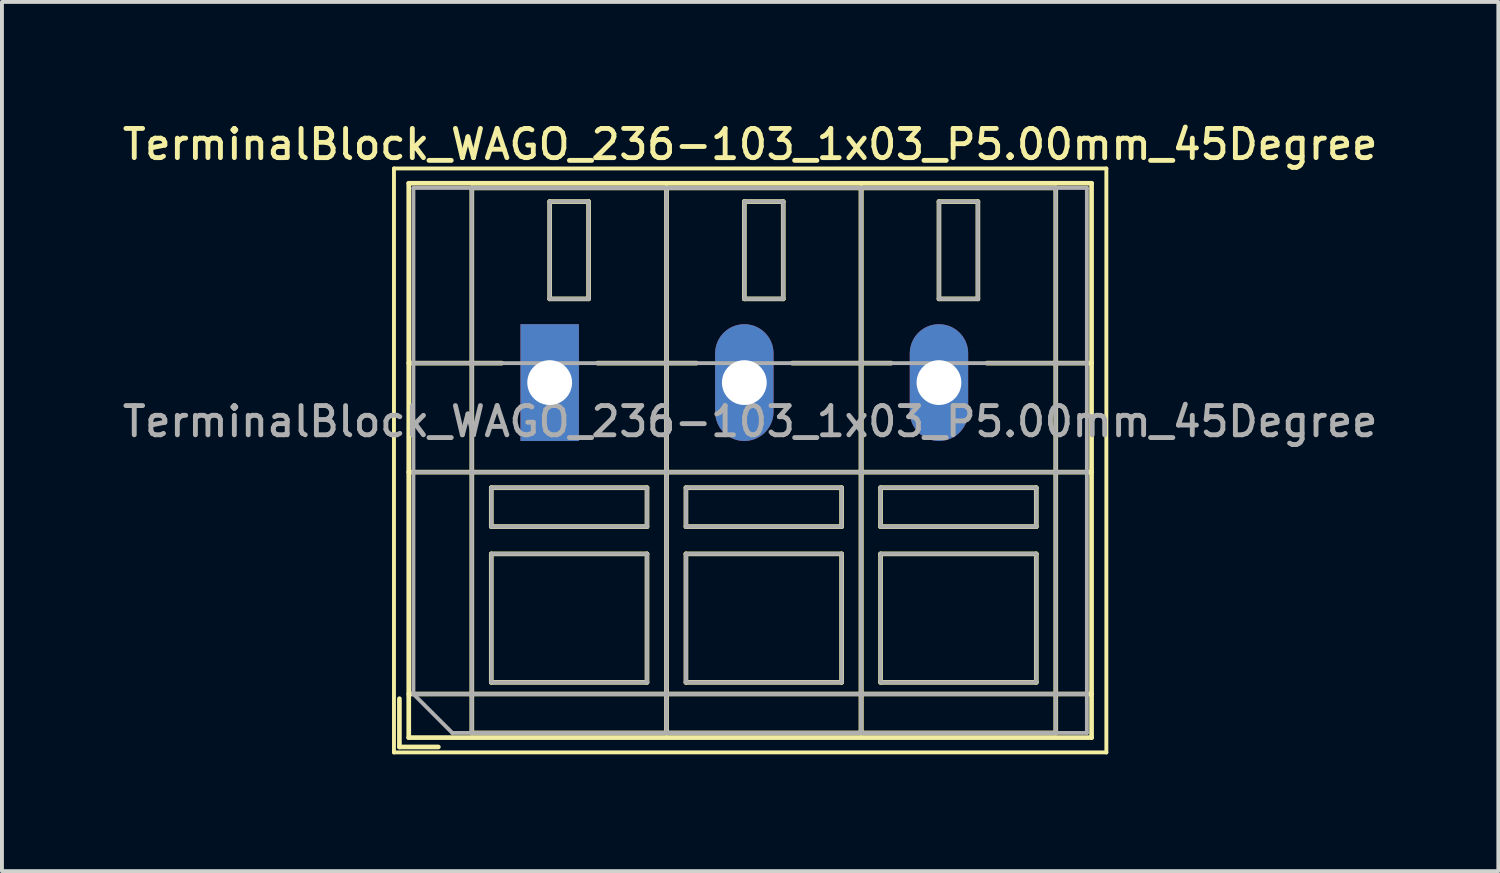
<source format=kicad_pcb>
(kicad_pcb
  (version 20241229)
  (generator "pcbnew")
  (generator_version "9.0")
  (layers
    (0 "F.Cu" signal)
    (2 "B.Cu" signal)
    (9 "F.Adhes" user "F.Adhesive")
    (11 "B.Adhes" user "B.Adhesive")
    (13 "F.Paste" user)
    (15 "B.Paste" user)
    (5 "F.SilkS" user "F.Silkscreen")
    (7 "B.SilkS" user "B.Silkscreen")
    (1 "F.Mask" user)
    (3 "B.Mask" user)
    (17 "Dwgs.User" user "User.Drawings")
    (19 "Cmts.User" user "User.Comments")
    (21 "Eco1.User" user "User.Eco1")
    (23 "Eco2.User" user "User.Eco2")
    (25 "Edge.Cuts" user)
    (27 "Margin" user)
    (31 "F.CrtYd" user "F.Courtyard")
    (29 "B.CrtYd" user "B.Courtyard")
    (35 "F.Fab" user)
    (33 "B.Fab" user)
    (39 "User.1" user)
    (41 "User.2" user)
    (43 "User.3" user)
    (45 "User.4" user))
  (footprint "TerminalBlock_WAGO_236-103_1x03_P5.00mm_45Degree"
    (layer "F.Cu")
    (at 11.07 6.778)
    (property "Reference" "TerminalBlock_WAGO_236-103_1x03_P5.00mm_45Degree" (at 5.15 -6.12 0) (layer "F.SilkS") (effects (font (size 0.75 0.75) (thickness 0.125))))
    (attr through_hole)
    (fp_line (start -4 -5.5) (end -4 9.5) (stroke (width 0.1) (type solid)) (layer "F.SilkS"))
    (fp_line (start -4 9.5) (end 14.3 9.5) (stroke (width 0.1) (type solid)) (layer "F.SilkS"))
    (fp_line (start -3.86 8.12) (end -3.86 9.36) (stroke (width 0.12) (type solid)) (layer "F.SilkS"))
    (fp_line (start -3.86 9.36) (end -2.86 9.36) (stroke (width 0.12) (type solid)) (layer "F.SilkS"))
    (fp_line (start -3.62 -5.12) (end -3.62 9.12) (stroke (width 0.12) (type solid)) (layer "F.SilkS"))
    (fp_line (start -3.62 -5.12) (end 13.92 -5.12) (stroke (width 0.12) (type solid)) (layer "F.SilkS"))
    (fp_line (start -3.62 -0.5) (end -1.23 -0.5) (stroke (width 0.12) (type solid)) (layer "F.SilkS"))
    (fp_line (start -3.62 2.3) (end 13.92 2.3) (stroke (width 0.12) (type solid)) (layer "F.SilkS"))
    (fp_line (start -3.62 8) (end 13.92 8) (stroke (width 0.12) (type solid)) (layer "F.SilkS"))
    (fp_line (start -3.62 9.12) (end 13.92 9.12) (stroke (width 0.12) (type solid)) (layer "F.SilkS"))
    (fp_line (start -2 -5) (end -2 9) (stroke (width 0.12) (type solid)) (layer "F.SilkS"))
    (fp_line (start -2 -5) (end 3 -5) (stroke (width 0.12) (type solid)) (layer "F.SilkS"))
    (fp_line (start -2 9) (end 3 9) (stroke (width 0.12) (type solid)) (layer "F.SilkS"))
    (fp_line (start -1.5 2.7) (end -1.5 3.7) (stroke (width 0.12) (type solid)) (layer "F.SilkS"))
    (fp_line (start -1.5 2.7) (end 2.5 2.7) (stroke (width 0.12) (type solid)) (layer "F.SilkS"))
    (fp_line (start -1.5 3.7) (end 2.5 3.7) (stroke (width 0.12) (type solid)) (layer "F.SilkS"))
    (fp_line (start -1.5 4.4) (end -1.5 7.7) (stroke (width 0.12) (type solid)) (layer "F.SilkS"))
    (fp_line (start -1.5 4.4) (end 2.5 4.4) (stroke (width 0.12) (type solid)) (layer "F.SilkS"))
    (fp_line (start -1.5 7.7) (end 2.5 7.7) (stroke (width 0.12) (type solid)) (layer "F.SilkS"))
    (fp_line (start 0 -4.65) (end 0 -2.151) (stroke (width 0.12) (type solid)) (layer "F.SilkS"))
    (fp_line (start 0 -4.65) (end 1 -4.65) (stroke (width 0.12) (type solid)) (layer "F.SilkS"))
    (fp_line (start 0 -2.151) (end 1 -2.151) (stroke (width 0.12) (type solid)) (layer "F.SilkS"))
    (fp_line (start 1 -4.65) (end 1 -2.151) (stroke (width 0.12) (type solid)) (layer "F.SilkS"))
    (fp_line (start 1.23 -0.5) (end 3.77 -0.5) (stroke (width 0.12) (type solid)) (layer "F.SilkS"))
    (fp_line (start 2.5 2.7) (end 2.5 3.7) (stroke (width 0.12) (type solid)) (layer "F.SilkS"))
    (fp_line (start 2.5 4.4) (end 2.5 7.7) (stroke (width 0.12) (type solid)) (layer "F.SilkS"))
    (fp_line (start 3 -5) (end 3 9) (stroke (width 0.12) (type solid)) (layer "F.SilkS"))
    (fp_line (start 3 -5) (end 3 9) (stroke (width 0.12) (type solid)) (layer "F.SilkS"))
    (fp_line (start 3 -5) (end 8 -5) (stroke (width 0.12) (type solid)) (layer "F.SilkS"))
    (fp_line (start 3 9) (end 8 9) (stroke (width 0.12) (type solid)) (layer "F.SilkS"))
    (fp_line (start 3.5 2.7) (end 3.5 3.7) (stroke (width 0.12) (type solid)) (layer "F.SilkS"))
    (fp_line (start 3.5 2.7) (end 7.5 2.7) (stroke (width 0.12) (type solid)) (layer "F.SilkS"))
    (fp_line (start 3.5 3.7) (end 7.5 3.7) (stroke (width 0.12) (type solid)) (layer "F.SilkS"))
    (fp_line (start 3.5 4.4) (end 3.5 7.7) (stroke (width 0.12) (type solid)) (layer "F.SilkS"))
    (fp_line (start 3.5 4.4) (end 7.5 4.4) (stroke (width 0.12) (type solid)) (layer "F.SilkS"))
    (fp_line (start 3.5 7.7) (end 7.5 7.7) (stroke (width 0.12) (type solid)) (layer "F.SilkS"))
    (fp_line (start 5 -4.65) (end 5 -2.151) (stroke (width 0.12) (type solid)) (layer "F.SilkS"))
    (fp_line (start 5 -4.65) (end 6 -4.65) (stroke (width 0.12) (type solid)) (layer "F.SilkS"))
    (fp_line (start 5 -2.151) (end 6 -2.151) (stroke (width 0.12) (type solid)) (layer "F.SilkS"))
    (fp_line (start 6 -4.65) (end 6 -2.151) (stroke (width 0.12) (type solid)) (layer "F.SilkS"))
    (fp_line (start 6.23 -0.5) (end 8.77 -0.5) (stroke (width 0.12) (type solid)) (layer "F.SilkS"))
    (fp_line (start 7.5 2.7) (end 7.5 3.7) (stroke (width 0.12) (type solid)) (layer "F.SilkS"))
    (fp_line (start 7.5 4.4) (end 7.5 7.7) (stroke (width 0.12) (type solid)) (layer "F.SilkS"))
    (fp_line (start 8 -5) (end 8 9) (stroke (width 0.12) (type solid)) (layer "F.SilkS"))
    (fp_line (start 8 -5) (end 8 9) (stroke (width 0.12) (type solid)) (layer "F.SilkS"))
    (fp_line (start 8 -5) (end 13 -5) (stroke (width 0.12) (type solid)) (layer "F.SilkS"))
    (fp_line (start 8 9) (end 13 9) (stroke (width 0.12) (type solid)) (layer "F.SilkS"))
    (fp_line (start 8.5 2.7) (end 8.5 3.7) (stroke (width 0.12) (type solid)) (layer "F.SilkS"))
    (fp_line (start 8.5 2.7) (end 12.5 2.7) (stroke (width 0.12) (type solid)) (layer "F.SilkS"))
    (fp_line (start 8.5 3.7) (end 12.5 3.7) (stroke (width 0.12) (type solid)) (layer "F.SilkS"))
    (fp_line (start 8.5 4.4) (end 8.5 7.7) (stroke (width 0.12) (type solid)) (layer "F.SilkS"))
    (fp_line (start 8.5 4.4) (end 12.5 4.4) (stroke (width 0.12) (type solid)) (layer "F.SilkS"))
    (fp_line (start 8.5 7.7) (end 12.5 7.7) (stroke (width 0.12) (type solid)) (layer "F.SilkS"))
    (fp_line (start 10 -4.65) (end 10 -2.151) (stroke (width 0.12) (type solid)) (layer "F.SilkS"))
    (fp_line (start 10 -4.65) (end 11 -4.65) (stroke (width 0.12) (type solid)) (layer "F.SilkS"))
    (fp_line (start 10 -2.151) (end 11 -2.151) (stroke (width 0.12) (type solid)) (layer "F.SilkS"))
    (fp_line (start 11 -4.65) (end 11 -2.151) (stroke (width 0.12) (type solid)) (layer "F.SilkS"))
    (fp_line (start 11.23 -0.5) (end 13.92 -0.5) (stroke (width 0.12) (type solid)) (layer "F.SilkS"))
    (fp_line (start 12.5 2.7) (end 12.5 3.7) (stroke (width 0.12) (type solid)) (layer "F.SilkS"))
    (fp_line (start 12.5 4.4) (end 12.5 7.7) (stroke (width 0.12) (type solid)) (layer "F.SilkS"))
    (fp_line (start 13 -5) (end 13 9) (stroke (width 0.12) (type solid)) (layer "F.SilkS"))
    (fp_line (start 13.92 -5.12) (end 13.92 9.12) (stroke (width 0.12) (type solid)) (layer "F.SilkS"))
    (fp_line (start 14.3 -5.5) (end -4 -5.5) (stroke (width 0.1) (type solid)) (layer "F.SilkS"))
    (fp_line (start 14.3 9.5) (end 14.3 -5.5) (stroke (width 0.1) (type solid)) (layer "F.SilkS"))
    (fp_line (start -3.5 -5) (end 13.8 -5) (stroke (width 0.1) (type solid)) (layer "F.Fab"))
    (fp_line (start -3.5 -0.5) (end 13.8 -0.5) (stroke (width 0.1) (type solid)) (layer "F.Fab"))
    (fp_line (start -3.5 2.3) (end 13.8 2.3) (stroke (width 0.1) (type solid)) (layer "F.Fab"))
    (fp_line (start -3.5 8) (end -3.5 -5) (stroke (width 0.1) (type solid)) (layer "F.Fab"))
    (fp_line (start -3.5 8) (end 13.8 8) (stroke (width 0.1) (type solid)) (layer "F.Fab"))
    (fp_line (start -2.5 9) (end -3.5 8) (stroke (width 0.1) (type solid)) (layer "F.Fab"))
    (fp_line (start -2 -5) (end -2 9) (stroke (width 0.1) (type solid)) (layer "F.Fab"))
    (fp_line (start -2 9) (end 3 9) (stroke (width 0.1) (type solid)) (layer "F.Fab"))
    (fp_line (start -1.5 2.7) (end -1.5 3.7) (stroke (width 0.1) (type solid)) (layer "F.Fab"))
    (fp_line (start -1.5 3.7) (end 2.5 3.7) (stroke (width 0.1) (type solid)) (layer "F.Fab"))
    (fp_line (start -1.5 4.4) (end -1.5 7.7) (stroke (width 0.1) (type solid)) (layer "F.Fab"))
    (fp_line (start -1.5 7.7) (end 2.5 7.7) (stroke (width 0.1) (type solid)) (layer "F.Fab"))
    (fp_line (start 0 -4.65) (end 0 -2.15) (stroke (width 0.1) (type solid)) (layer "F.Fab"))
    (fp_line (start 0 -2.15) (end 1 -2.15) (stroke (width 0.1) (type solid)) (layer "F.Fab"))
    (fp_line (start 1 -4.65) (end 0 -4.65) (stroke (width 0.1) (type solid)) (layer "F.Fab"))
    (fp_line (start 1 -2.15) (end 1 -4.65) (stroke (width 0.1) (type solid)) (layer "F.Fab"))
    (fp_line (start 2.5 2.7) (end -1.5 2.7) (stroke (width 0.1) (type solid)) (layer "F.Fab"))
    (fp_line (start 2.5 3.7) (end 2.5 2.7) (stroke (width 0.1) (type solid)) (layer "F.Fab"))
    (fp_line (start 2.5 4.4) (end -1.5 4.4) (stroke (width 0.1) (type solid)) (layer "F.Fab"))
    (fp_line (start 2.5 7.7) (end 2.5 4.4) (stroke (width 0.1) (type solid)) (layer "F.Fab"))
    (fp_line (start 3 -5) (end -2 -5) (stroke (width 0.1) (type solid)) (layer "F.Fab"))
    (fp_line (start 3 -5) (end 3 9) (stroke (width 0.1) (type solid)) (layer "F.Fab"))
    (fp_line (start 3 9) (end 3 -5) (stroke (width 0.1) (type solid)) (layer "F.Fab"))
    (fp_line (start 3 9) (end 8 9) (stroke (width 0.1) (type solid)) (layer "F.Fab"))
    (fp_line (start 3.5 2.7) (end 3.5 3.7) (stroke (width 0.1) (type solid)) (layer "F.Fab"))
    (fp_line (start 3.5 3.7) (end 7.5 3.7) (stroke (width 0.1) (type solid)) (layer "F.Fab"))
    (fp_line (start 3.5 4.4) (end 3.5 7.7) (stroke (width 0.1) (type solid)) (layer "F.Fab"))
    (fp_line (start 3.5 7.7) (end 7.5 7.7) (stroke (width 0.1) (type solid)) (layer "F.Fab"))
    (fp_line (start 5 -4.65) (end 5 -2.15) (stroke (width 0.1) (type solid)) (layer "F.Fab"))
    (fp_line (start 5 -2.15) (end 6 -2.15) (stroke (width 0.1) (type solid)) (layer "F.Fab"))
    (fp_line (start 6 -4.65) (end 5 -4.65) (stroke (width 0.1) (type solid)) (layer "F.Fab"))
    (fp_line (start 6 -2.15) (end 6 -4.65) (stroke (width 0.1) (type solid)) (layer "F.Fab"))
    (fp_line (start 7.5 2.7) (end 3.5 2.7) (stroke (width 0.1) (type solid)) (layer "F.Fab"))
    (fp_line (start 7.5 3.7) (end 7.5 2.7) (stroke (width 0.1) (type solid)) (layer "F.Fab"))
    (fp_line (start 7.5 4.4) (end 3.5 4.4) (stroke (width 0.1) (type solid)) (layer "F.Fab"))
    (fp_line (start 7.5 7.7) (end 7.5 4.4) (stroke (width 0.1) (type solid)) (layer "F.Fab"))
    (fp_line (start 8 -5) (end 3 -5) (stroke (width 0.1) (type solid)) (layer "F.Fab"))
    (fp_line (start 8 -5) (end 8 9) (stroke (width 0.1) (type solid)) (layer "F.Fab"))
    (fp_line (start 8 9) (end 8 -5) (stroke (width 0.1) (type solid)) (layer "F.Fab"))
    (fp_line (start 8 9) (end 13 9) (stroke (width 0.1) (type solid)) (layer "F.Fab"))
    (fp_line (start 8.5 2.7) (end 8.5 3.7) (stroke (width 0.1) (type solid)) (layer "F.Fab"))
    (fp_line (start 8.5 3.7) (end 12.5 3.7) (stroke (width 0.1) (type solid)) (layer "F.Fab"))
    (fp_line (start 8.5 4.4) (end 8.5 7.7) (stroke (width 0.1) (type solid)) (layer "F.Fab"))
    (fp_line (start 8.5 7.7) (end 12.5 7.7) (stroke (width 0.1) (type solid)) (layer "F.Fab"))
    (fp_line (start 10 -4.65) (end 10 -2.15) (stroke (width 0.1) (type solid)) (layer "F.Fab"))
    (fp_line (start 10 -2.15) (end 11 -2.15) (stroke (width 0.1) (type solid)) (layer "F.Fab"))
    (fp_line (start 11 -4.65) (end 10 -4.65) (stroke (width 0.1) (type solid)) (layer "F.Fab"))
    (fp_line (start 11 -2.15) (end 11 -4.65) (stroke (width 0.1) (type solid)) (layer "F.Fab"))
    (fp_line (start 12.5 2.7) (end 8.5 2.7) (stroke (width 0.1) (type solid)) (layer "F.Fab"))
    (fp_line (start 12.5 3.7) (end 12.5 2.7) (stroke (width 0.1) (type solid)) (layer "F.Fab"))
    (fp_line (start 12.5 4.4) (end 8.5 4.4) (stroke (width 0.1) (type solid)) (layer "F.Fab"))
    (fp_line (start 12.5 7.7) (end 12.5 4.4) (stroke (width 0.1) (type solid)) (layer "F.Fab"))
    (fp_line (start 13 -5) (end 8 -5) (stroke (width 0.1) (type solid)) (layer "F.Fab"))
    (fp_line (start 13 9) (end 13 -5) (stroke (width 0.1) (type solid)) (layer "F.Fab"))
    (fp_line (start 13.8 -5) (end 13.8 9) (stroke (width 0.1) (type solid)) (layer "F.Fab"))
    (fp_line (start 13.8 9) (end -2.5 9) (stroke (width 0.1) (type solid)) (layer "F.Fab"))
    (fp_text user "${REFERENCE}" (at 5.15 1 0) (layer "F.Fab") (effects (font (size 0.75 0.75) (thickness 0.125))))
    (pad "1" thru_hole rect (at 0 0) (size 1.5 3) (drill 1.15) (layers "*.Cu" "*.Mask"))
    (pad "2" thru_hole oval (at 5 0) (size 1.5 3) (drill 1.15) (layers "*.Cu" "*.Mask"))
    (pad "3" thru_hole oval (at 10 0) (size 1.5 3) (drill 1.15) (layers "*.Cu" "*.Mask")))
  (gr_rect
    (start -3 -3)
    (end 35.439 19.328)
    (stroke (width 0.1) (type default))
    (fill no)
    (layer "Edge.Cuts")))
</source>
